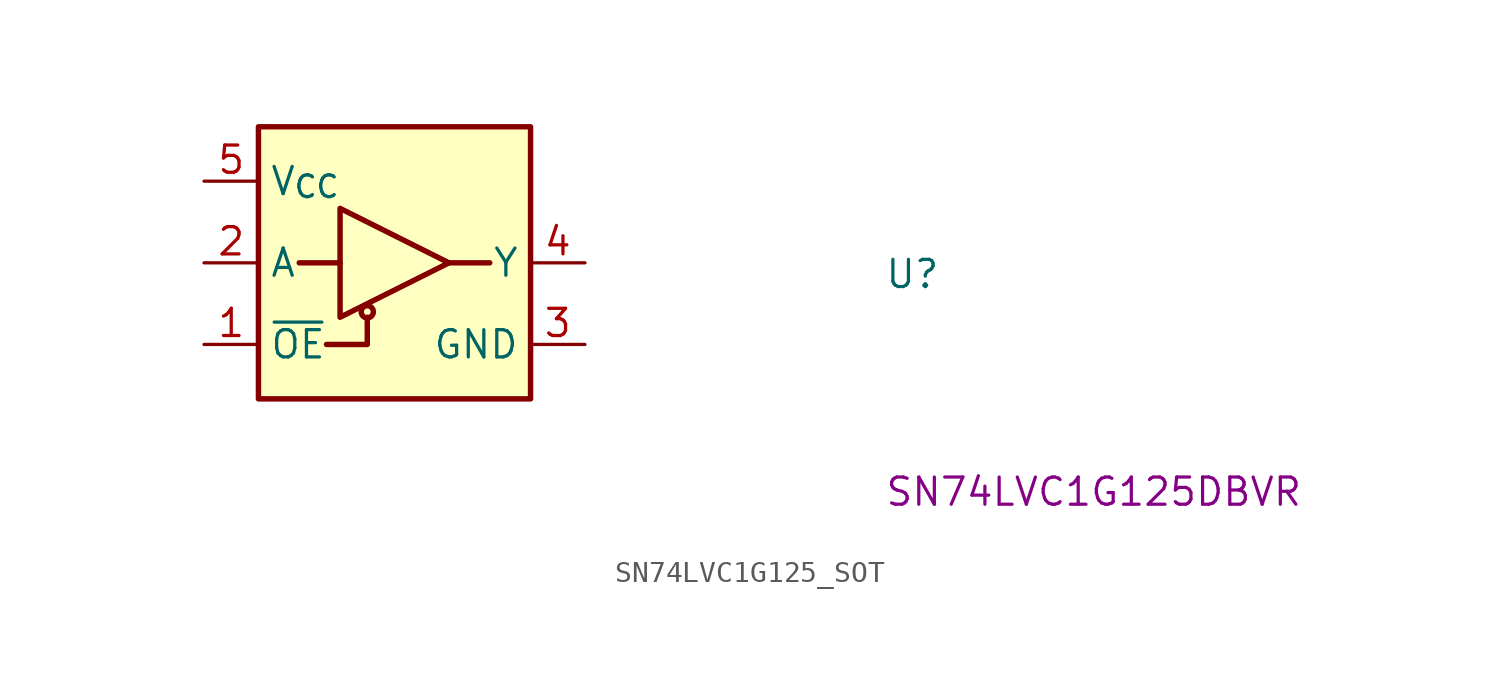
<source format=kicad_sym>
(kicad_symbol_lib
  (version 20220914)
  (generator kicad_symbol_editor)
  (symbol "SN74LVC1G125_SOT"
    (property "Reference" "U"
      (at 31.75 -5.08 0)
      (effects (font (size 1.27 1.27) (thickness 0.15)) (justify left bottom)))
    (property "MPN" "SN74LVC1G125DBVR"
      (at 31.75 -15.24 0)
      (effects (font (size 1.27 1.27) (thickness 0.15)) (justify left bottom)))
    (symbol "SN74LVC1G125_SOT_1_1"
      (polyline (pts (xy 6.35 -3.81) (xy 4.445 -3.81)) (stroke (width 0.254) (type default)) (fill (type background)))
      (polyline (pts (xy 11.43 -3.81) (xy 13.335 -3.81)) (stroke (width 0.254) (type default)) (fill (type background)))
      (polyline (pts (xy 5.715 -7.62) (xy 7.62 -7.62) (xy 7.62 -6.35)) (stroke (width 0.254) (type default)) (fill (type background)))
      (polyline (pts (xy 6.35 -1.27) (xy 11.43 -3.81) (xy 6.35 -6.35) (xy 6.35 -1.27)) (stroke (width 0.254) (type default)) (fill (type background)))
      (rectangle (start 2.54 2.54) (end 15.24 -10.16) (stroke (width 0.254) (type default)) (fill (type background)))
      (circle (center 7.62 -6.096) (radius 0.284) (stroke (width 0.254) (type default)) (fill (type background)))
      (pin input line (at 0 -7.62 0) (length 2.54) (name "~{OE}" (effects (font (size 1.27 1.27)))) (number "1" (effects (font (size 1.27 1.27)))))
      (pin input line (at 0 -3.81 0) (length 2.54) (name "A" (effects (font (size 1.27 1.27)))) (number "2" (effects (font (size 1.27 1.27)))))
      (pin power_in line (at 17.78 -7.62 180) (length 2.54) (name "GND" (effects (font (size 1.27 1.27)))) (number "3" (effects (font (size 1.27 1.27)))))
      (pin output line (at 17.78 -3.81 180) (length 2.54) (name "Y" (effects (font (size 1.27 1.27)))) (number "4" (effects (font (size 1.27 1.27)))))
      (pin power_in line (at 0 0 0) (length 2.54) (name "V_{CC}" (effects (font (size 1.27 1.27)))) (number "5" (effects (font (size 1.27 1.27))))))))
</source>
